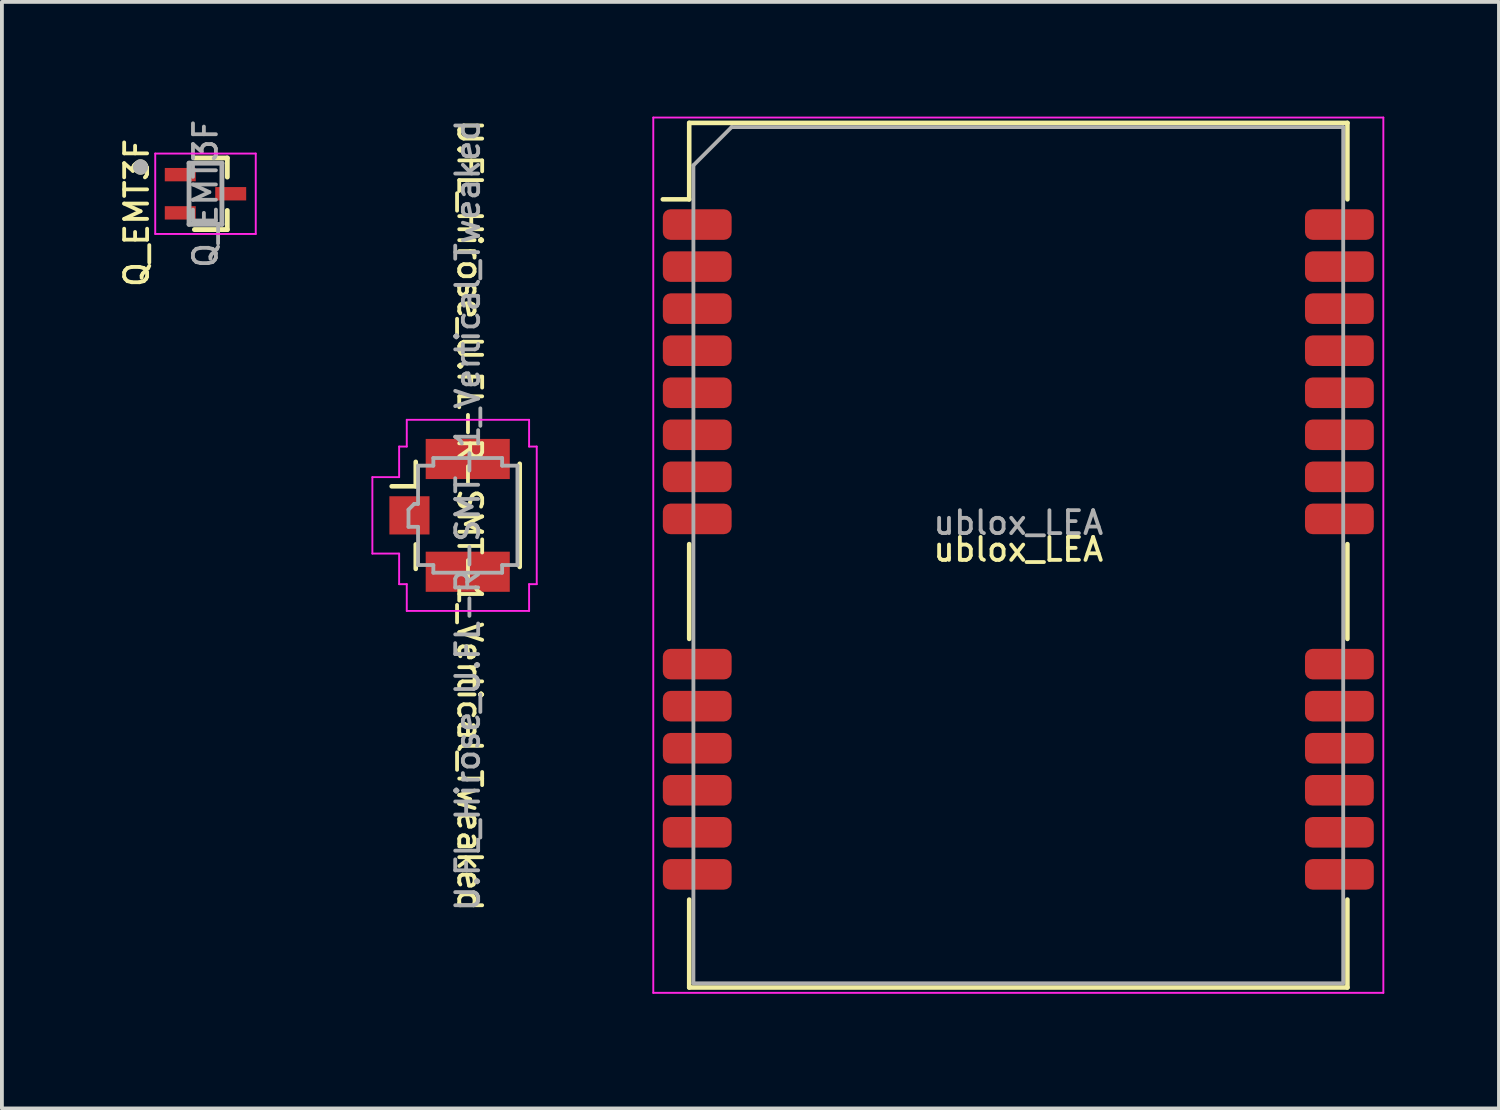
<source format=kicad_pcb>
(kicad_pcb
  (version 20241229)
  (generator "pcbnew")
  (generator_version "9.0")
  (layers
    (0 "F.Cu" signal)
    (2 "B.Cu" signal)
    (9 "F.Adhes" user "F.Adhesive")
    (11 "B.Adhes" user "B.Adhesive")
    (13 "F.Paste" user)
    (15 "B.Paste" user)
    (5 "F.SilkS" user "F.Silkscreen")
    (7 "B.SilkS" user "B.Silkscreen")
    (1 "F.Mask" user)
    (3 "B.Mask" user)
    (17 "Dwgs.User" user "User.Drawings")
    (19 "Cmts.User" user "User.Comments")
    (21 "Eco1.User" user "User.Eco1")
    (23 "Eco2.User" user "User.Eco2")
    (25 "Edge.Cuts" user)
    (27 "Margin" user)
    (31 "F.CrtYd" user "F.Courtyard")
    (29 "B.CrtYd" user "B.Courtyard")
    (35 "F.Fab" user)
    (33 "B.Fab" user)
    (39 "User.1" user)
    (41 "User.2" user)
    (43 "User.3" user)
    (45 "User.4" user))
  (footprint "ublox_LEA"
    (layer "F.Cu")
    (at 23.591 11.325)
    (property "Reference" "ublox_LEA" (at 0 0 0) (layer "F.SilkS") (effects (font (size 0.6 0.6) (thickness 0.1))))
    (attr smd)
    (fp_line (start -9.3 -9.16) (end -8.61 -9.16) (stroke (width 0.12) (type solid)) (layer "F.SilkS"))
    (fp_line (start -8.61 -11.16) (end -8.61 -9.16) (stroke (width 0.12) (type solid)) (layer "F.SilkS"))
    (fp_line (start -8.61 -11.16) (end 8.61 -11.16) (stroke (width 0.12) (type solid)) (layer "F.SilkS"))
    (fp_line (start -8.61 -0.14) (end -8.61 2.34) (stroke (width 0.12) (type solid)) (layer "F.SilkS"))
    (fp_line (start -8.61 9.16) (end -8.61 11.46) (stroke (width 0.12) (type solid)) (layer "F.SilkS"))
    (fp_line (start -8.61 11.46) (end 8.61 11.46) (stroke (width 0.12) (type solid)) (layer "F.SilkS"))
    (fp_line (start 8.61 -11.16) (end 8.61 -9.16) (stroke (width 0.12) (type solid)) (layer "F.SilkS"))
    (fp_line (start 8.61 -0.14) (end 8.61 2.34) (stroke (width 0.12) (type solid)) (layer "F.SilkS"))
    (fp_line (start 8.61 9.16) (end 8.61 11.46) (stroke (width 0.12) (type solid)) (layer "F.SilkS"))
    (fp_line (start -9.55 -11.3) (end -9.55 11.6) (stroke (width 0.05) (type solid)) (layer "F.CrtYd"))
    (fp_line (start -9.55 -11.3) (end 9.55 -11.3) (stroke (width 0.05) (type solid)) (layer "F.CrtYd"))
    (fp_line (start -9.55 11.6) (end 9.55 11.6) (stroke (width 0.05) (type solid)) (layer "F.CrtYd"))
    (fp_line (start 9.55 -11.3) (end 9.55 11.6) (stroke (width 0.05) (type solid)) (layer "F.CrtYd"))
    (fp_line (start -8.5 -10.05) (end -8.5 11.34) (stroke (width 0.1) (type solid)) (layer "F.Fab"))
    (fp_line (start -8.5 11.35) (end 8.5 11.35) (stroke (width 0.1) (type solid)) (layer "F.Fab"))
    (fp_line (start -7.5 -11.05) (end -8.5 -10.05) (stroke (width 0.1) (type solid)) (layer "F.Fab"))
    (fp_line (start -7.5 -11.05) (end 8.5 -11.05) (stroke (width 0.1) (type solid)) (layer "F.Fab"))
    (fp_line (start 8.5 -11.05) (end 8.5 11.35) (stroke (width 0.1) (type solid)) (layer "F.Fab"))
    (fp_text user "${REFERENCE}" (at 0 -0.7 0) (layer "F.Fab") (effects (font (size 0.6 0.6) (thickness 0.1))))
    (pad "1" smd roundrect (at -8.4 -8.5) (size 1.8 0.8) (layers "F.Cu" "F.Mask" "F.Paste") (roundrect_rratio 0.25))
    (pad "2" smd roundrect (at -8.4 -7.4) (size 1.8 0.8) (layers "F.Cu" "F.Mask" "F.Paste") (roundrect_rratio 0.25))
    (pad "3" smd roundrect (at -8.4 -6.3) (size 1.8 0.8) (layers "F.Cu" "F.Mask" "F.Paste") (roundrect_rratio 0.25))
    (pad "4" smd roundrect (at -8.4 -5.2) (size 1.8 0.8) (layers "F.Cu" "F.Mask" "F.Paste") (roundrect_rratio 0.25))
    (pad "5" smd roundrect (at -8.4 -4.1) (size 1.8 0.8) (layers "F.Cu" "F.Mask" "F.Paste") (roundrect_rratio 0.25))
    (pad "6" smd roundrect (at -8.4 -3) (size 1.8 0.8) (layers "F.Cu" "F.Mask" "F.Paste") (roundrect_rratio 0.25))
    (pad "7" smd roundrect (at -8.4 -1.9) (size 1.8 0.8) (layers "F.Cu" "F.Mask" "F.Paste") (roundrect_rratio 0.25))
    (pad "8" smd roundrect (at -8.4 -0.8) (size 1.8 0.8) (layers "F.Cu" "F.Mask" "F.Paste") (roundrect_rratio 0.25))
    (pad "9" smd roundrect (at -8.4 3) (size 1.8 0.8) (layers "F.Cu" "F.Mask" "F.Paste") (roundrect_rratio 0.25))
    (pad "10" smd roundrect (at -8.4 4.1) (size 1.8 0.8) (layers "F.Cu" "F.Mask" "F.Paste") (roundrect_rratio 0.25))
    (pad "11" smd roundrect (at -8.4 5.2) (size 1.8 0.8) (layers "F.Cu" "F.Mask" "F.Paste") (roundrect_rratio 0.25))
    (pad "12" smd roundrect (at -8.4 6.3) (size 1.8 0.8) (layers "F.Cu" "F.Mask" "F.Paste") (roundrect_rratio 0.25))
    (pad "13" smd roundrect (at -8.4 7.4) (size 1.8 0.8) (layers "F.Cu" "F.Mask" "F.Paste") (roundrect_rratio 0.25))
    (pad "14" smd roundrect (at -8.4 8.5) (size 1.8 0.8) (layers "F.Cu" "F.Mask" "F.Paste") (roundrect_rratio 0.25))
    (pad "15" smd roundrect (at 8.4 8.5) (size 1.8 0.8) (layers "F.Cu" "F.Mask" "F.Paste") (roundrect_rratio 0.25))
    (pad "16" smd roundrect (at 8.4 7.4) (size 1.8 0.8) (layers "F.Cu" "F.Mask" "F.Paste") (roundrect_rratio 0.25))
    (pad "17" smd roundrect (at 8.4 6.3) (size 1.8 0.8) (layers "F.Cu" "F.Mask" "F.Paste") (roundrect_rratio 0.25))
    (pad "18" smd roundrect (at 8.4 5.2) (size 1.8 0.8) (layers "F.Cu" "F.Mask" "F.Paste") (roundrect_rratio 0.25))
    (pad "19" smd roundrect (at 8.4 4.1) (size 1.8 0.8) (layers "F.Cu" "F.Mask" "F.Paste") (roundrect_rratio 0.25))
    (pad "20" smd roundrect (at 8.4 3) (size 1.8 0.8) (layers "F.Cu" "F.Mask" "F.Paste") (roundrect_rratio 0.25))
    (pad "21" smd roundrect (at 8.4 -0.8) (size 1.8 0.8) (layers "F.Cu" "F.Mask" "F.Paste") (roundrect_rratio 0.25))
    (pad "22" smd roundrect (at 8.4 -1.9) (size 1.8 0.8) (layers "F.Cu" "F.Mask" "F.Paste") (roundrect_rratio 0.25))
    (pad "23" smd roundrect (at 8.4 -3) (size 1.8 0.8) (layers "F.Cu" "F.Mask" "F.Paste") (roundrect_rratio 0.25))
    (pad "24" smd roundrect (at 8.4 -4.1) (size 1.8 0.8) (layers "F.Cu" "F.Mask" "F.Paste") (roundrect_rratio 0.25))
    (pad "25" smd roundrect (at 8.4 -5.2) (size 1.8 0.8) (layers "F.Cu" "F.Mask" "F.Paste") (roundrect_rratio 0.25))
    (pad "26" smd roundrect (at 8.4 -6.3) (size 1.8 0.8) (layers "F.Cu" "F.Mask" "F.Paste") (roundrect_rratio 0.25))
    (pad "27" smd roundrect (at 8.4 -7.4) (size 1.8 0.8) (layers "F.Cu" "F.Mask" "F.Paste") (roundrect_rratio 0.25))
    (pad "28" smd roundrect (at 8.4 -8.5) (size 1.8 0.8) (layers "F.Cu" "F.Mask" "F.Paste") (roundrect_rratio 0.25)))
  (footprint "Q_EMT3F"
    (layer "F.Cu")
    (at 2.326 2.019)
    (property "Reference" "Q_EMT3F" (at -1.8 0.5 270) (layer "F.SilkS") (effects (font (size 0.6 0.6) (thickness 0.1))))
    (attr through_hole)
    (fp_line (start 0.57 0.437) (end 0.57 0.937) (stroke (width 0.127) (type solid)) (layer "F.SilkS"))
    (fp_line (start 0.57 0.937) (end -0.29 0.937) (stroke (width 0.127) (type solid)) (layer "F.SilkS"))
    (fp_line (start 0.571 -0.936) (end -0.289 -0.936) (stroke (width 0.127) (type solid)) (layer "F.SilkS"))
    (fp_line (start 0.571 -0.436) (end 0.571 -0.936) (stroke (width 0.127) (type solid)) (layer "F.SilkS"))
    (fp_circle (center -1.7 -0.7) (end -1.6 -0.7) (stroke (width 0.2) (type solid)) (fill no) (layer "F.SilkS"))
    (fp_line (start -1.315 -1.052) (end 1.315 -1.052) (stroke (width 0.05) (type solid)) (layer "F.CrtYd"))
    (fp_line (start -1.315 1.052) (end -1.315 -1.052) (stroke (width 0.05) (type solid)) (layer "F.CrtYd"))
    (fp_line (start 1.315 -1.052) (end 1.315 1.052) (stroke (width 0.05) (type solid)) (layer "F.CrtYd"))
    (fp_line (start 1.315 1.052) (end -1.315 1.052) (stroke (width 0.05) (type solid)) (layer "F.CrtYd"))
    (fp_line (start -0.43 -0.8) (end 0.43 -0.8) (stroke (width 0.127) (type solid)) (layer "F.Fab"))
    (fp_line (start -0.43 0.8) (end -0.43 -0.8) (stroke (width 0.127) (type solid)) (layer "F.Fab"))
    (fp_line (start 0.43 -0.8) (end 0.43 0.8) (stroke (width 0.127) (type solid)) (layer "F.Fab"))
    (fp_line (start 0.43 0.8) (end -0.43 0.8) (stroke (width 0.127) (type solid)) (layer "F.Fab"))
    (fp_circle (center -1.7 -0.7) (end -1.6 -0.7) (stroke (width 0.2) (type solid)) (fill no) (layer "F.Fab"))
    (fp_text user "${REFERENCE}" (at 0 0 270) (layer "F.Fab") (effects (font (size 0.6 0.6) (thickness 0.1))))
    (pad "1" smd rect (at -0.66 -0.5) (size 0.81 0.35) (layers "F.Cu" "F.Mask" "F.Paste"))
    (pad "2" smd rect (at -0.66 0.5) (size 0.81 0.35) (layers "F.Cu" "F.Mask" "F.Paste"))
    (pad "3" smd rect (at 0.66 0) (size 0.81 0.35) (layers "F.Cu" "F.Mask" "F.Paste")))
  (footprint "U.FL_Hirose_U.FL-R-SMT-1_Vertical_Tweaked"
    (layer "F.Cu")
    (at 9.187 10.433)
    (property "Reference" "U.FL_Hirose_U.FL-R-SMT-1_Vertical_Tweaked" (at 0.05 0 270) (unlocked yes) (layer "F.SilkS") (effects (font (size 0.6 0.6) (thickness 0.1))))
    (attr smd)
    (fp_line (start -1.36 -1.4) (end -1.36 -0.76) (stroke (width 0.12) (type solid)) (layer "F.SilkS"))
    (fp_line (start -1.36 -0.76) (end -1.99 -0.76) (stroke (width 0.12) (type solid)) (layer "F.SilkS"))
    (fp_line (start -1.36 1.4) (end -1.36 0.76) (stroke (width 0.12) (type solid)) (layer "F.SilkS"))
    (fp_line (start 1.36 -1.35) (end 1.36 1.35) (stroke (width 0.12) (type solid)) (layer "F.SilkS"))
    (fp_line (start -2.495 1) (end -2.495 -1) (stroke (width 0.05) (type solid)) (layer "F.CrtYd"))
    (fp_line (start -1.795 -1.8) (end -1.595 -1.8) (stroke (width 0.05) (type solid)) (layer "F.CrtYd"))
    (fp_line (start -1.795 -1) (end -2.495 -1) (stroke (width 0.05) (type solid)) (layer "F.CrtYd"))
    (fp_line (start -1.795 -1) (end -1.795 -1.8) (stroke (width 0.05) (type solid)) (layer "F.CrtYd"))
    (fp_line (start -1.795 1) (end -2.495 1) (stroke (width 0.05) (type solid)) (layer "F.CrtYd"))
    (fp_line (start -1.795 1.8) (end -1.795 1) (stroke (width 0.05) (type solid)) (layer "F.CrtYd"))
    (fp_line (start -1.795 1.8) (end -1.595 1.8) (stroke (width 0.05) (type solid)) (layer "F.CrtYd"))
    (fp_line (start -1.595 -1.8) (end -1.595 -2.5) (stroke (width 0.05) (type solid)) (layer "F.CrtYd"))
    (fp_line (start -1.595 2.5) (end -1.595 1.8) (stroke (width 0.05) (type solid)) (layer "F.CrtYd"))
    (fp_line (start 1.605 -2.5) (end -1.595 -2.5) (stroke (width 0.05) (type solid)) (layer "F.CrtYd"))
    (fp_line (start 1.605 -1.8) (end 1.605 -2.5) (stroke (width 0.05) (type solid)) (layer "F.CrtYd"))
    (fp_line (start 1.605 -1.8) (end 1.805 -1.8) (stroke (width 0.05) (type solid)) (layer "F.CrtYd"))
    (fp_line (start 1.605 1.8) (end 1.805 1.8) (stroke (width 0.05) (type solid)) (layer "F.CrtYd"))
    (fp_line (start 1.605 2.5) (end -1.595 2.5) (stroke (width 0.05) (type solid)) (layer "F.CrtYd"))
    (fp_line (start 1.605 2.5) (end 1.605 1.8) (stroke (width 0.05) (type solid)) (layer "F.CrtYd"))
    (fp_line (start 1.805 1.8) (end 1.805 -1.8) (stroke (width 0.05) (type solid)) (layer "F.CrtYd"))
    (fp_line (start -1.55 0.3) (end -1.55 -0.15) (stroke (width 0.1) (type solid)) (layer "F.Fab"))
    (fp_line (start -1.55 0.3) (end -1.3 0.3) (stroke (width 0.1) (type solid)) (layer "F.Fab"))
    (fp_line (start -1.4 -0.3) (end -1.55 -0.15) (stroke (width 0.1) (type solid)) (layer "F.Fab"))
    (fp_line (start -1.4 -0.3) (end -1.3 -0.3) (stroke (width 0.1) (type solid)) (layer "F.Fab"))
    (fp_line (start -1.3 -0.3) (end -1.3 -1.3) (stroke (width 0.1) (type solid)) (layer "F.Fab"))
    (fp_line (start -1.3 0.3) (end -1.3 1.3) (stroke (width 0.1) (type solid)) (layer "F.Fab"))
    (fp_line (start -0.9 -1.5) (end -0.9 -1.3) (stroke (width 0.1) (type solid)) (layer "F.Fab"))
    (fp_line (start -0.9 -1.5) (end 0.9 -1.5) (stroke (width 0.1) (type solid)) (layer "F.Fab"))
    (fp_line (start -0.9 -1.3) (end -1.3 -1.3) (stroke (width 0.1) (type solid)) (layer "F.Fab"))
    (fp_line (start -0.9 1.3) (end -1.3 1.3) (stroke (width 0.1) (type solid)) (layer "F.Fab"))
    (fp_line (start -0.9 1.5) (end -0.9 1.3) (stroke (width 0.1) (type solid)) (layer "F.Fab"))
    (fp_line (start -0.9 1.5) (end 0.9 1.5) (stroke (width 0.1) (type solid)) (layer "F.Fab"))
    (fp_line (start 0.9 -1.5) (end 0.9 -1.3) (stroke (width 0.1) (type solid)) (layer "F.Fab"))
    (fp_line (start 0.9 1.5) (end 0.9 1.3) (stroke (width 0.1) (type solid)) (layer "F.Fab"))
    (fp_line (start 1.3 -1.3) (end 0.9 -1.3) (stroke (width 0.1) (type solid)) (layer "F.Fab"))
    (fp_line (start 1.3 -1.3) (end 1.3 1.3) (stroke (width 0.1) (type solid)) (layer "F.Fab"))
    (fp_line (start 1.3 1.3) (end 0.9 1.3) (stroke (width 0.1) (type solid)) (layer "F.Fab"))
    (fp_text user "${REFERENCE}" (at 0 0 90) (layer "F.Fab") (effects (font (size 0.6 0.6) (thickness 0.1))))
    (pad "1" smd rect (at -1.525 0) (size 1.05 1) (layers "F.Cu" "F.Mask" "F.Paste"))
    (pad "2" smd rect (at 0 -1.475) (size 2.2 1.05) (layers "F.Cu" "F.Mask" "F.Paste"))
    (pad "2" smd rect (at 0 1.475) (size 2.2 1.05) (layers "F.Cu" "F.Mask" "F.Paste")))
  (gr_rect
    (start -3 -3)
    (end 36.166 25.95)
    (stroke (width 0.1) (type default))
    (fill no)
    (layer "Edge.Cuts")))
</source>
